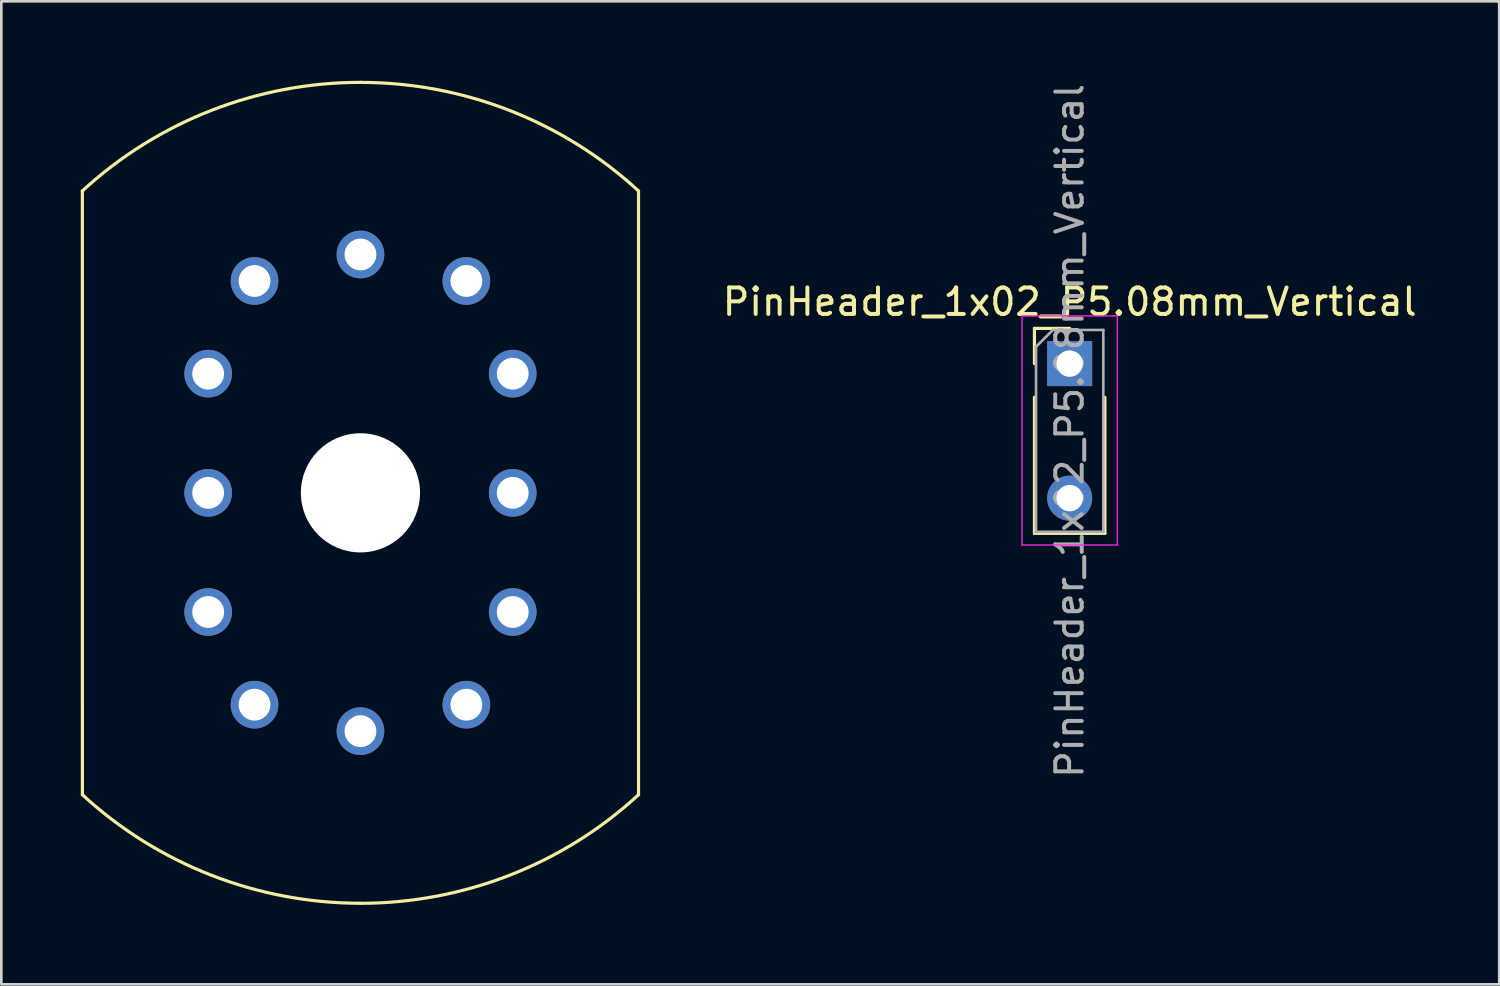
<source format=kicad_pcb>
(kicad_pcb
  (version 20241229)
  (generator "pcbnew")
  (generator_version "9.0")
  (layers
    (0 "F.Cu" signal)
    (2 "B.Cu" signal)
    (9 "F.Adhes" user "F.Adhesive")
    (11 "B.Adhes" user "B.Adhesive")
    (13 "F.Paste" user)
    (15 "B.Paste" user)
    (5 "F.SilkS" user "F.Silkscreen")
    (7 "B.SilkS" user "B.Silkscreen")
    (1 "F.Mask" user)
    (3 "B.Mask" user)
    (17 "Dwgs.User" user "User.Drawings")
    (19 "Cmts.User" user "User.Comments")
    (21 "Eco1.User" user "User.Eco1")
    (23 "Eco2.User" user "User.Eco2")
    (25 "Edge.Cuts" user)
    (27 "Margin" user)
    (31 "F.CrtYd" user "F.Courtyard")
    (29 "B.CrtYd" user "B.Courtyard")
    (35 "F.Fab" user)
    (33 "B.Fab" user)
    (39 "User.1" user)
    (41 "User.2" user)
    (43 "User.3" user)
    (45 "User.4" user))
  (footprint "in12"
    (layer "F.Cu")
    (at 10.561 15.56)
    (property "Reference" "in12" (at 0 0.5 0) (layer "F.SilkS") (effects (font (size 1 1) (thickness 0.15))))
    (attr through_hole)
    (fp_line (start -10.501 -11.401) (end -10.5 11.4) (stroke (width 0.12) (type solid)) (layer "F.SilkS"))
    (fp_line (start 10.501 11.401) (end 10.5 -11.4) (stroke (width 0.12) (type solid)) (layer "F.SilkS"))
    (fp_arc (start -10.500874 -11.400949) (mid -5.636279 -14.438918) (end 0 -15.5) (stroke (width 0.12) (type solid)) (layer "F.SilkS"))
    (fp_arc (start 0 -15.498708) (mid 5.635809 -14.437715) (end 10.499999 -11.399999) (stroke (width 0.12) (type solid)) (layer "F.SilkS"))
    (fp_arc (start 0 15.498708) (mid -5.635809 14.437715) (end -10.499999 11.399999) (stroke (width 0.12) (type solid)) (layer "F.SilkS"))
    (fp_arc (start 10.500874 11.400949) (mid 5.636279 14.438918) (end 0 15.5) (stroke (width 0.12) (type solid)) (layer "F.SilkS"))
    (pad "" np_thru_hole circle (at 0 0) (size 4.5 4.5) (drill 4.5) (layers "*.Cu" "*.Mask"))
    (pad "1" thru_hole circle (at 4 8) (size 1.8 1.8) (drill 1.2) (layers "*.Cu" "*.Mask"))
    (pad "2" thru_hole circle (at 5.75 4.5) (size 1.8 1.8) (drill 1.2) (layers "*.Cu" "*.Mask"))
    (pad "3" thru_hole circle (at 5.75 0) (size 1.8 1.8) (drill 1.2) (layers "*.Cu" "*.Mask"))
    (pad "4" thru_hole circle (at 5.75 -4.5) (size 1.8 1.8) (drill 1.2) (layers "*.Cu" "*.Mask"))
    (pad "5" thru_hole circle (at 4 -8) (size 1.8 1.8) (drill 1.2) (layers "*.Cu" "*.Mask"))
    (pad "6" thru_hole circle (at 0 -9) (size 1.8 1.8) (drill 1.2) (layers "*.Cu" "*.Mask"))
    (pad "7" thru_hole circle (at -4 -8) (size 1.8 1.8) (drill 1.2) (layers "*.Cu" "*.Mask"))
    (pad "8" thru_hole circle (at -5.75 -4.5) (size 1.8 1.8) (drill 1.2) (layers "*.Cu" "*.Mask"))
    (pad "9" thru_hole circle (at -5.75 0) (size 1.8 1.8) (drill 1.2) (layers "*.Cu" "*.Mask"))
    (pad "10" thru_hole circle (at -5.75 4.5) (size 1.8 1.8) (drill 1.2) (layers "*.Cu" "*.Mask"))
    (pad "11" thru_hole circle (at -4 8) (size 1.8 1.8) (drill 1.2) (layers "*.Cu" "*.Mask"))
    (pad "12" thru_hole circle (at 0 9) (size 1.8 1.8) (drill 1.2) (layers "*.Cu" "*.Mask")))
  (footprint "PinHeader_1x02_P5.08mm_Vertical"
    (layer "F.Cu")
    (at 37.342 10.68)
    (property "Reference" "PinHeader_1x02_P5.08mm_Vertical" (at 0 -2.33 0) (layer "F.SilkS") (effects (font (size 1 1) (thickness 0.15))))
    (attr through_hole)
    (fp_line (start -1.33 -1.33) (end 0 -1.33) (stroke (width 0.12) (type solid)) (layer "F.SilkS"))
    (fp_line (start -1.33 0) (end -1.33 -1.33) (stroke (width 0.12) (type solid)) (layer "F.SilkS"))
    (fp_line (start -1.33 1.27) (end -1.33 6.41) (stroke (width 0.12) (type solid)) (layer "F.SilkS"))
    (fp_line (start -1.33 6.41) (end 1.33 6.41) (stroke (width 0.12) (type solid)) (layer "F.SilkS"))
    (fp_line (start 1.33 1.27) (end 1.33 6.41) (stroke (width 0.12) (type solid)) (layer "F.SilkS"))
    (fp_line (start -1.8 -1.8) (end -1.8 6.85) (stroke (width 0.05) (type solid)) (layer "F.CrtYd"))
    (fp_line (start -1.8 6.85) (end 1.8 6.85) (stroke (width 0.05) (type solid)) (layer "F.CrtYd"))
    (fp_line (start 1.8 -1.8) (end -1.8 -1.8) (stroke (width 0.05) (type solid)) (layer "F.CrtYd"))
    (fp_line (start 1.8 6.85) (end 1.8 -1.8) (stroke (width 0.05) (type solid)) (layer "F.CrtYd"))
    (fp_line (start -1.27 -0.635) (end -0.635 -1.27) (stroke (width 0.1) (type solid)) (layer "F.Fab"))
    (fp_line (start -1.27 6.35) (end -1.27 -0.635) (stroke (width 0.1) (type solid)) (layer "F.Fab"))
    (fp_line (start -0.635 -1.27) (end 1.27 -1.27) (stroke (width 0.1) (type solid)) (layer "F.Fab"))
    (fp_line (start 1.27 -1.27) (end 1.27 6.35) (stroke (width 0.1) (type solid)) (layer "F.Fab"))
    (fp_line (start 1.27 6.35) (end -1.27 6.35) (stroke (width 0.1) (type solid)) (layer "F.Fab"))
    (fp_text user "${REFERENCE}" (at 0 2.54 90) (layer "F.Fab") (effects (font (size 1 1) (thickness 0.15))))
    (pad "1" thru_hole rect (at 0 0) (size 1.7 1.7) (drill 1) (layers "*.Cu" "*.Mask"))
    (pad "2" thru_hole oval (at 0 5.08) (size 1.7 1.7) (drill 1) (layers "*.Cu" "*.Mask")))
  (gr_rect
    (start -3 -3)
    (end 53.562 34.12)
    (stroke (width 0.1) (type default))
    (fill no)
    (layer "Edge.Cuts")))
</source>
